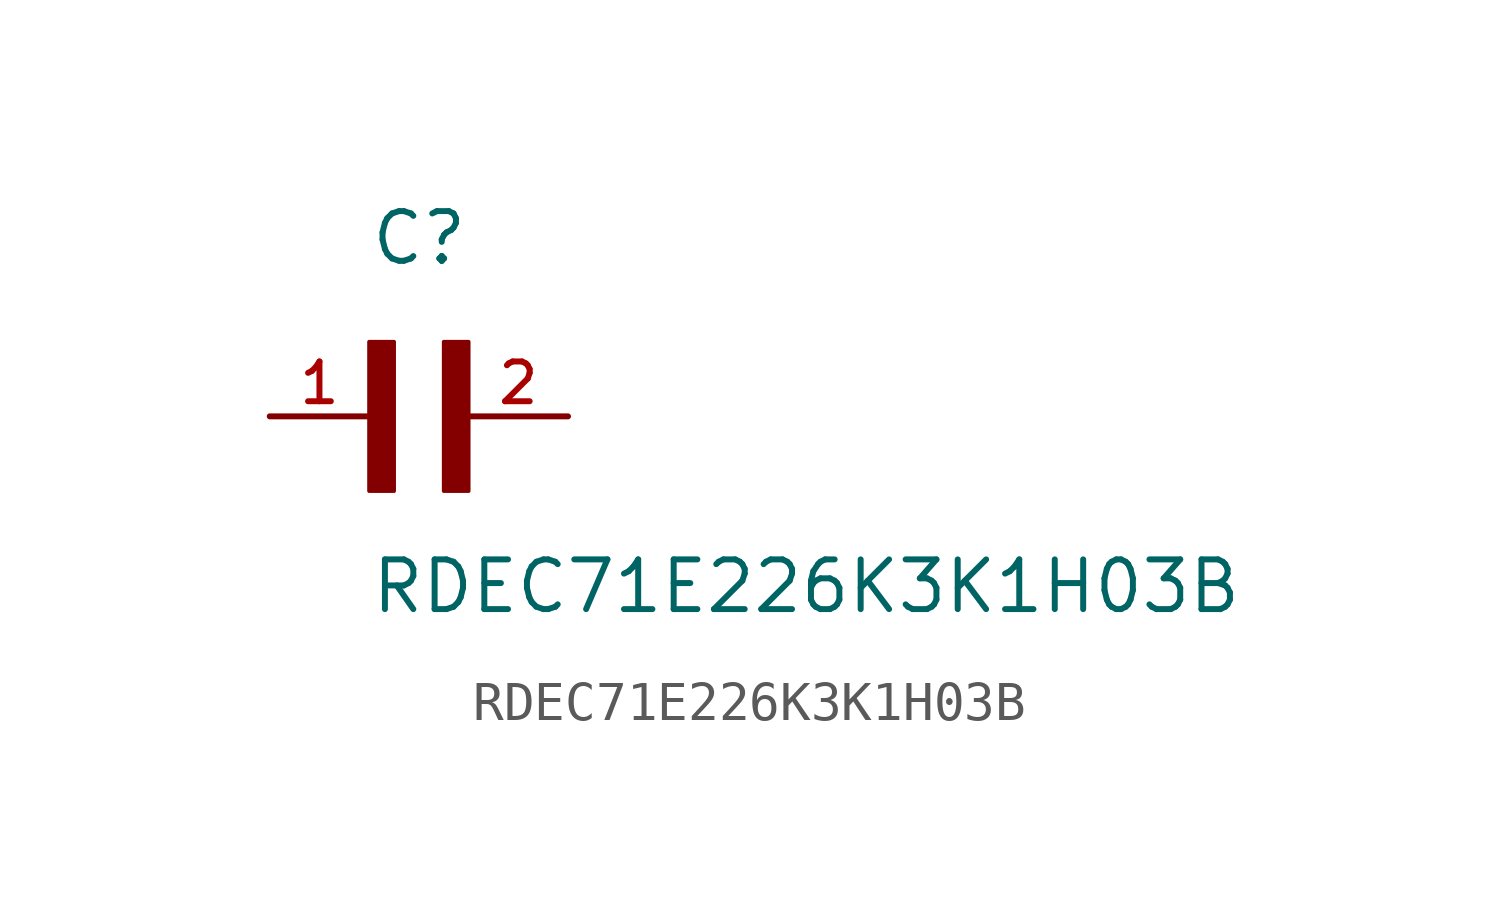
<source format=kicad_sym>
(kicad_symbol_lib
  (version 20211014)
  (generator kicad_symbol_editor)
  (symbol "RDEC71E226K3K1H03B"
    (pin_names
      (offset 1.016))
    (property "Reference" "C"
      (at 0.0 3.811 0)
      (effects (font (size 1.27 1.27)) (justify bottom left)))
    (property "Value" "RDEC71E226K3K1H03B"
      (at 0.0 -5.088 0)
      (effects (font (size 1.27 1.27)) (justify bottom left)))
    (symbol "RDEC71E226K3K1H03B_0_0"
      (rectangle (start 0.0 -1.907) (end 0.635 1.905) (stroke (width 0.1)) (fill (type outline)))
      (rectangle (start 1.907 -1.907) (end 2.54 1.905) (stroke (width 0.1)) (fill (type outline)))
      (pin passive line (at 5.08 0.0 180.0) (length 2.54) (name "~" (effects (font (size 1.016 1.016)))) (number "2" (effects (font (size 1.016 1.016)))))
      (pin passive line (at -2.54 0.0 0) (length 2.54) (name "~" (effects (font (size 1.016 1.016)))) (number "1" (effects (font (size 1.016 1.016))))))))
</source>
